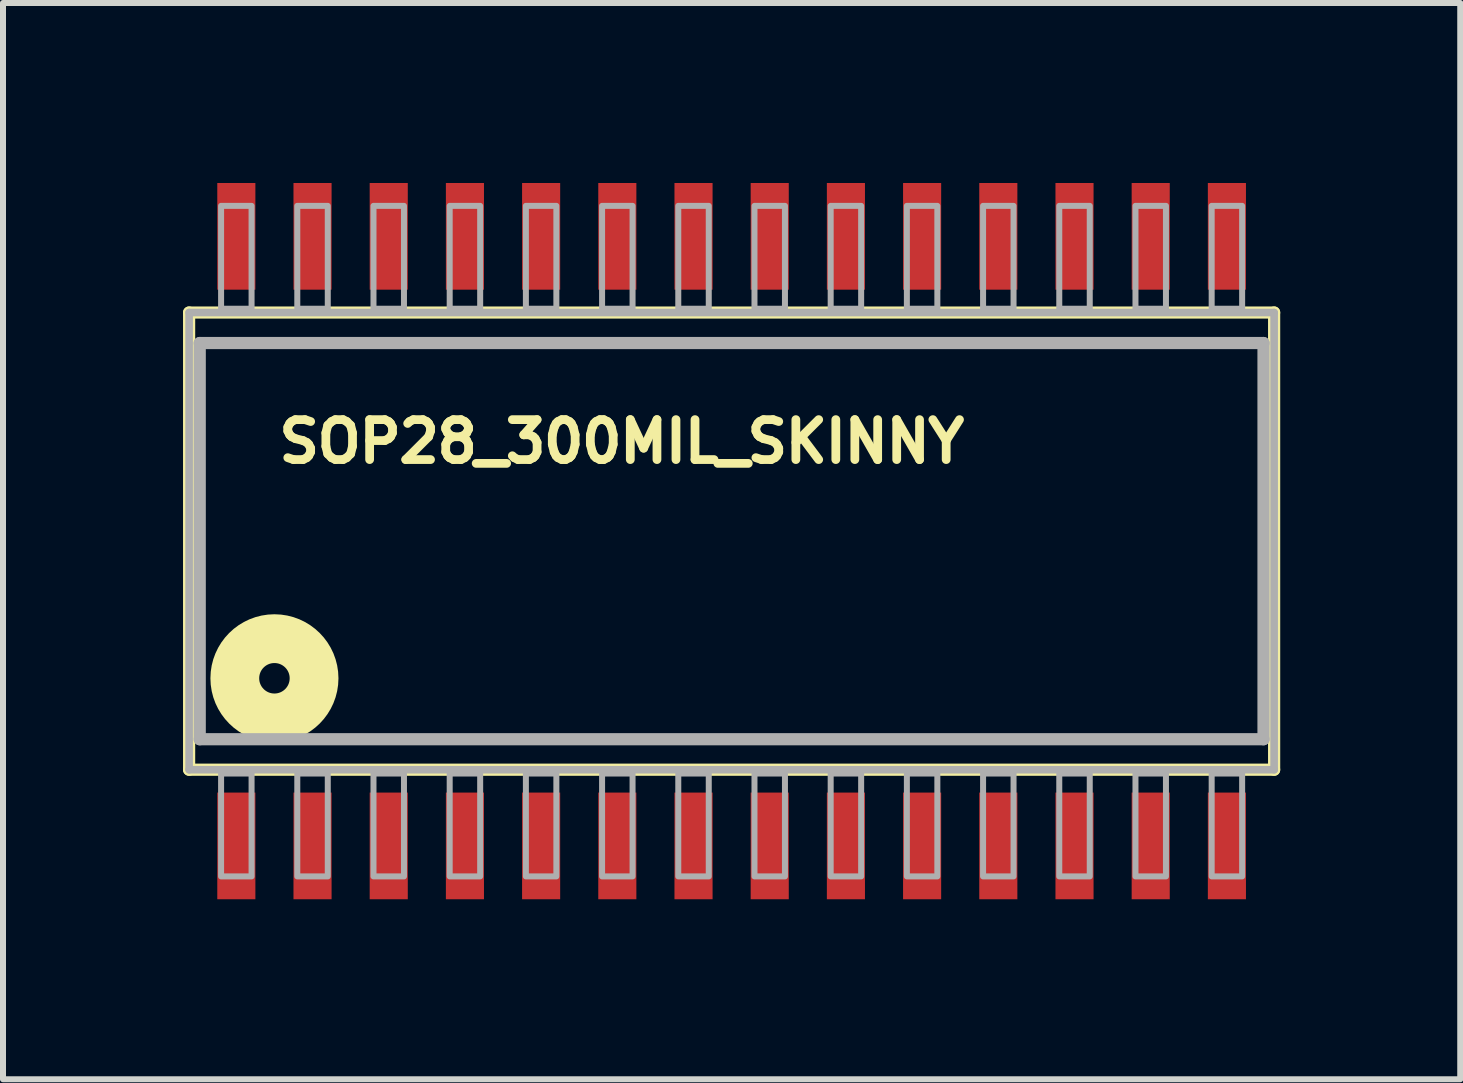
<source format=kicad_pcb>
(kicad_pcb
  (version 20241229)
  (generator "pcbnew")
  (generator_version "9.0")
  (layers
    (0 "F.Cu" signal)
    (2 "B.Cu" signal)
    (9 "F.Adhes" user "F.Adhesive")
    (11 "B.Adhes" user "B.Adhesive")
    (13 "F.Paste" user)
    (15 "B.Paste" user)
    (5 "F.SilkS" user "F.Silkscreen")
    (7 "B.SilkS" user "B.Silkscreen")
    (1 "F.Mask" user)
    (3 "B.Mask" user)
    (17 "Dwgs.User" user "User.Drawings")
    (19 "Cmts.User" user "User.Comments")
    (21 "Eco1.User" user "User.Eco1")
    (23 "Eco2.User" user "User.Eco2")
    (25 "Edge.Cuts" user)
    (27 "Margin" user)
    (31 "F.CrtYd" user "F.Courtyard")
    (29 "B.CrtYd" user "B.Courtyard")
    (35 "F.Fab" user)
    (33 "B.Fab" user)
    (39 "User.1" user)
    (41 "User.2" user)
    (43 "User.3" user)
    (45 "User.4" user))
  (footprint "SOP28_300MIL_SKINNY"
    (layer "F.Cu")
    (at 9.144 5.969)
    (property "Reference" "SOP28_300MIL_SKINNY" (at -7.62 -1.27 0) (layer "F.SilkS") (effects (font (size 0.666 0.666) (thickness 0.146)) (justify left bottom)))
    (fp_line (start -9.042 -3.81) (end -9.042 3.81) (stroke (width 0.203) (type solid)) (layer "F.SilkS"))
    (fp_line (start -9.042 3.81) (end 9.042 3.81) (stroke (width 0.203) (type solid)) (layer "F.SilkS"))
    (fp_line (start 9.042 -3.81) (end -9.042 -3.81) (stroke (width 0.203) (type solid)) (layer "F.SilkS"))
    (fp_line (start 9.042 3.81) (end 9.042 -3.81) (stroke (width 0.203) (type solid)) (layer "F.SilkS"))
    (fp_circle (center -7.62 2.286) (end -7.366 2.286) (stroke (width 0.813) (type solid)) (fill no) (layer "F.SilkS"))
    (fp_line (start -9.042 -3.81) (end -9.042 3.81) (stroke (width 0.127) (type solid)) (layer "F.Fab"))
    (fp_line (start -9.042 3.81) (end 9.042 3.81) (stroke (width 0.127) (type solid)) (layer "F.Fab"))
    (fp_line (start -8.865 -3.302) (end -8.865 3.302) (stroke (width 0.203) (type solid)) (layer "F.Fab"))
    (fp_line (start -8.865 3.302) (end 8.865 3.302) (stroke (width 0.203) (type solid)) (layer "F.Fab"))
    (fp_line (start 8.865 -3.302) (end -8.865 -3.302) (stroke (width 0.203) (type solid)) (layer "F.Fab"))
    (fp_line (start 8.865 3.302) (end 8.865 -3.302) (stroke (width 0.203) (type solid)) (layer "F.Fab"))
    (fp_line (start 9.042 -3.81) (end -9.042 -3.81) (stroke (width 0.127) (type solid)) (layer "F.Fab"))
    (fp_line (start 9.042 3.81) (end 9.042 -3.81) (stroke (width 0.127) (type solid)) (layer "F.Fab"))
    (fp_poly (pts (xy -8.509 5.588) (xy -8.001 5.588) (xy -8.001 3.873) (xy -8.509 3.873)) (stroke (width 0.1) (type solid)) (fill no) (layer "F.Fab"))
    (fp_poly (pts (xy -8.001 -5.588) (xy -8.509 -5.588) (xy -8.509 -3.873) (xy -8.001 -3.873)) (stroke (width 0.1) (type solid)) (fill no) (layer "F.Fab"))
    (fp_poly (pts (xy -7.239 5.588) (xy -6.731 5.588) (xy -6.731 3.873) (xy -7.239 3.873)) (stroke (width 0.1) (type solid)) (fill no) (layer "F.Fab"))
    (fp_poly (pts (xy -6.731 -5.588) (xy -7.239 -5.588) (xy -7.239 -3.873) (xy -6.731 -3.873)) (stroke (width 0.1) (type solid)) (fill no) (layer "F.Fab"))
    (fp_poly (pts (xy -5.969 5.588) (xy -5.461 5.588) (xy -5.461 3.873) (xy -5.969 3.873)) (stroke (width 0.1) (type solid)) (fill no) (layer "F.Fab"))
    (fp_poly (pts (xy -5.461 -5.588) (xy -5.969 -5.588) (xy -5.969 -3.873) (xy -5.461 -3.873)) (stroke (width 0.1) (type solid)) (fill no) (layer "F.Fab"))
    (fp_poly (pts (xy -4.699 5.588) (xy -4.191 5.588) (xy -4.191 3.873) (xy -4.699 3.873)) (stroke (width 0.1) (type solid)) (fill no) (layer "F.Fab"))
    (fp_poly (pts (xy -4.191 -5.588) (xy -4.699 -5.588) (xy -4.699 -3.873) (xy -4.191 -3.873)) (stroke (width 0.1) (type solid)) (fill no) (layer "F.Fab"))
    (fp_poly (pts (xy -3.429 5.588) (xy -2.921 5.588) (xy -2.921 3.873) (xy -3.429 3.873)) (stroke (width 0.1) (type solid)) (fill no) (layer "F.Fab"))
    (fp_poly (pts (xy -2.921 -5.588) (xy -3.429 -5.588) (xy -3.429 -3.873) (xy -2.921 -3.873)) (stroke (width 0.1) (type solid)) (fill no) (layer "F.Fab"))
    (fp_poly (pts (xy -2.159 5.588) (xy -1.651 5.588) (xy -1.651 3.873) (xy -2.159 3.873)) (stroke (width 0.1) (type solid)) (fill no) (layer "F.Fab"))
    (fp_poly (pts (xy -1.651 -5.588) (xy -2.159 -5.588) (xy -2.159 -3.873) (xy -1.651 -3.873)) (stroke (width 0.1) (type solid)) (fill no) (layer "F.Fab"))
    (fp_poly (pts (xy -0.889 5.588) (xy -0.381 5.588) (xy -0.381 3.873) (xy -0.889 3.873)) (stroke (width 0.1) (type solid)) (fill no) (layer "F.Fab"))
    (fp_poly (pts (xy -0.381 -5.588) (xy -0.889 -5.588) (xy -0.889 -3.873) (xy -0.381 -3.873)) (stroke (width 0.1) (type solid)) (fill no) (layer "F.Fab"))
    (fp_poly (pts (xy 0.381 5.588) (xy 0.889 5.588) (xy 0.889 3.873) (xy 0.381 3.873)) (stroke (width 0.1) (type solid)) (fill no) (layer "F.Fab"))
    (fp_poly (pts (xy 0.889 -5.588) (xy 0.381 -5.588) (xy 0.381 -3.873) (xy 0.889 -3.873)) (stroke (width 0.1) (type solid)) (fill no) (layer "F.Fab"))
    (fp_poly (pts (xy 1.651 5.588) (xy 2.159 5.588) (xy 2.159 3.873) (xy 1.651 3.873)) (stroke (width 0.1) (type solid)) (fill no) (layer "F.Fab"))
    (fp_poly (pts (xy 2.159 -5.588) (xy 1.651 -5.588) (xy 1.651 -3.873) (xy 2.159 -3.873)) (stroke (width 0.1) (type solid)) (fill no) (layer "F.Fab"))
    (fp_poly (pts (xy 2.921 5.588) (xy 3.429 5.588) (xy 3.429 3.873) (xy 2.921 3.873)) (stroke (width 0.1) (type solid)) (fill no) (layer "F.Fab"))
    (fp_poly (pts (xy 3.429 -5.588) (xy 2.921 -5.588) (xy 2.921 -3.873) (xy 3.429 -3.873)) (stroke (width 0.1) (type solid)) (fill no) (layer "F.Fab"))
    (fp_poly (pts (xy 4.191 5.588) (xy 4.699 5.588) (xy 4.699 3.873) (xy 4.191 3.873)) (stroke (width 0.1) (type solid)) (fill no) (layer "F.Fab"))
    (fp_poly (pts (xy 4.699 -5.588) (xy 4.191 -5.588) (xy 4.191 -3.873) (xy 4.699 -3.873)) (stroke (width 0.1) (type solid)) (fill no) (layer "F.Fab"))
    (fp_poly (pts (xy 5.461 5.588) (xy 5.969 5.588) (xy 5.969 3.873) (xy 5.461 3.873)) (stroke (width 0.1) (type solid)) (fill no) (layer "F.Fab"))
    (fp_poly (pts (xy 5.969 -5.588) (xy 5.461 -5.588) (xy 5.461 -3.873) (xy 5.969 -3.873)) (stroke (width 0.1) (type solid)) (fill no) (layer "F.Fab"))
    (fp_poly (pts (xy 6.731 5.588) (xy 7.239 5.588) (xy 7.239 3.873) (xy 6.731 3.873)) (stroke (width 0.1) (type solid)) (fill no) (layer "F.Fab"))
    (fp_poly (pts (xy 7.239 -5.588) (xy 6.731 -5.588) (xy 6.731 -3.873) (xy 7.239 -3.873)) (stroke (width 0.1) (type solid)) (fill no) (layer "F.Fab"))
    (fp_poly (pts (xy 8.001 5.588) (xy 8.509 5.588) (xy 8.509 3.873) (xy 8.001 3.873)) (stroke (width 0.1) (type solid)) (fill no) (layer "F.Fab"))
    (fp_poly (pts (xy 8.509 -5.588) (xy 8.001 -5.588) (xy 8.001 -3.873) (xy 8.509 -3.873)) (stroke (width 0.1) (type solid)) (fill no) (layer "F.Fab"))
    (pad "P$1" smd rect (at -8.255 5.08) (size 0.635 1.778) (layers "F.Cu" "F.Mask" "F.Paste"))
    (pad "P$2" smd rect (at -6.985 5.08) (size 0.635 1.778) (layers "F.Cu" "F.Mask" "F.Paste"))
    (pad "P$3" smd rect (at -5.715 5.08) (size 0.635 1.778) (layers "F.Cu" "F.Mask" "F.Paste"))
    (pad "P$4" smd rect (at -4.445 5.08) (size 0.635 1.778) (layers "F.Cu" "F.Mask" "F.Paste"))
    (pad "P$5" smd rect (at -3.175 5.08) (size 0.635 1.778) (layers "F.Cu" "F.Mask" "F.Paste"))
    (pad "P$6" smd rect (at -1.905 5.08) (size 0.635 1.778) (layers "F.Cu" "F.Mask" "F.Paste"))
    (pad "P$7" smd rect (at -0.635 5.08) (size 0.635 1.778) (layers "F.Cu" "F.Mask" "F.Paste"))
    (pad "P$8" smd rect (at 0.635 5.08) (size 0.635 1.778) (layers "F.Cu" "F.Mask" "F.Paste"))
    (pad "P$9" smd rect (at 1.905 5.08) (size 0.635 1.778) (layers "F.Cu" "F.Mask" "F.Paste"))
    (pad "P$10" smd rect (at 3.175 5.08) (size 0.635 1.778) (layers "F.Cu" "F.Mask" "F.Paste"))
    (pad "P$11" smd rect (at 4.445 5.08) (size 0.635 1.778) (layers "F.Cu" "F.Mask" "F.Paste"))
    (pad "P$12" smd rect (at 5.715 5.08) (size 0.635 1.778) (layers "F.Cu" "F.Mask" "F.Paste"))
    (pad "P$13" smd rect (at 6.985 5.08) (size 0.635 1.778) (layers "F.Cu" "F.Mask" "F.Paste"))
    (pad "P$14" smd rect (at 8.255 5.08) (size 0.635 1.778) (layers "F.Cu" "F.Mask" "F.Paste"))
    (pad "P$15" smd rect (at 8.255 -5.08 180) (size 0.635 1.778) (layers "F.Cu" "F.Mask" "F.Paste"))
    (pad "P$16" smd rect (at 6.985 -5.08 180) (size 0.635 1.778) (layers "F.Cu" "F.Mask" "F.Paste"))
    (pad "P$17" smd rect (at 5.715 -5.08 180) (size 0.635 1.778) (layers "F.Cu" "F.Mask" "F.Paste"))
    (pad "P$18" smd rect (at 4.445 -5.08 180) (size 0.635 1.778) (layers "F.Cu" "F.Mask" "F.Paste"))
    (pad "P$19" smd rect (at 3.175 -5.08 180) (size 0.635 1.778) (layers "F.Cu" "F.Mask" "F.Paste"))
    (pad "P$20" smd rect (at 1.905 -5.08 180) (size 0.635 1.778) (layers "F.Cu" "F.Mask" "F.Paste"))
    (pad "P$21" smd rect (at 0.635 -5.08 180) (size 0.635 1.778) (layers "F.Cu" "F.Mask" "F.Paste"))
    (pad "P$22" smd rect (at -0.635 -5.08 180) (size 0.635 1.778) (layers "F.Cu" "F.Mask" "F.Paste"))
    (pad "P$23" smd rect (at -1.905 -5.08 180) (size 0.635 1.778) (layers "F.Cu" "F.Mask" "F.Paste"))
    (pad "P$24" smd rect (at -3.175 -5.08 180) (size 0.635 1.778) (layers "F.Cu" "F.Mask" "F.Paste"))
    (pad "P$25" smd rect (at -4.445 -5.08 180) (size 0.635 1.778) (layers "F.Cu" "F.Mask" "F.Paste"))
    (pad "P$26" smd rect (at -5.715 -5.08 180) (size 0.635 1.778) (layers "F.Cu" "F.Mask" "F.Paste"))
    (pad "P$27" smd rect (at -6.985 -5.08 180) (size 0.635 1.778) (layers "F.Cu" "F.Mask" "F.Paste"))
    (pad "P$28" smd rect (at -8.255 -5.08 180) (size 0.635 1.778) (layers "F.Cu" "F.Mask" "F.Paste")))
  (gr_rect
    (start -3 -3)
    (end 21.288 14.938)
    (stroke (width 0.1) (type default))
    (fill no)
    (layer "Edge.Cuts")))
</source>
